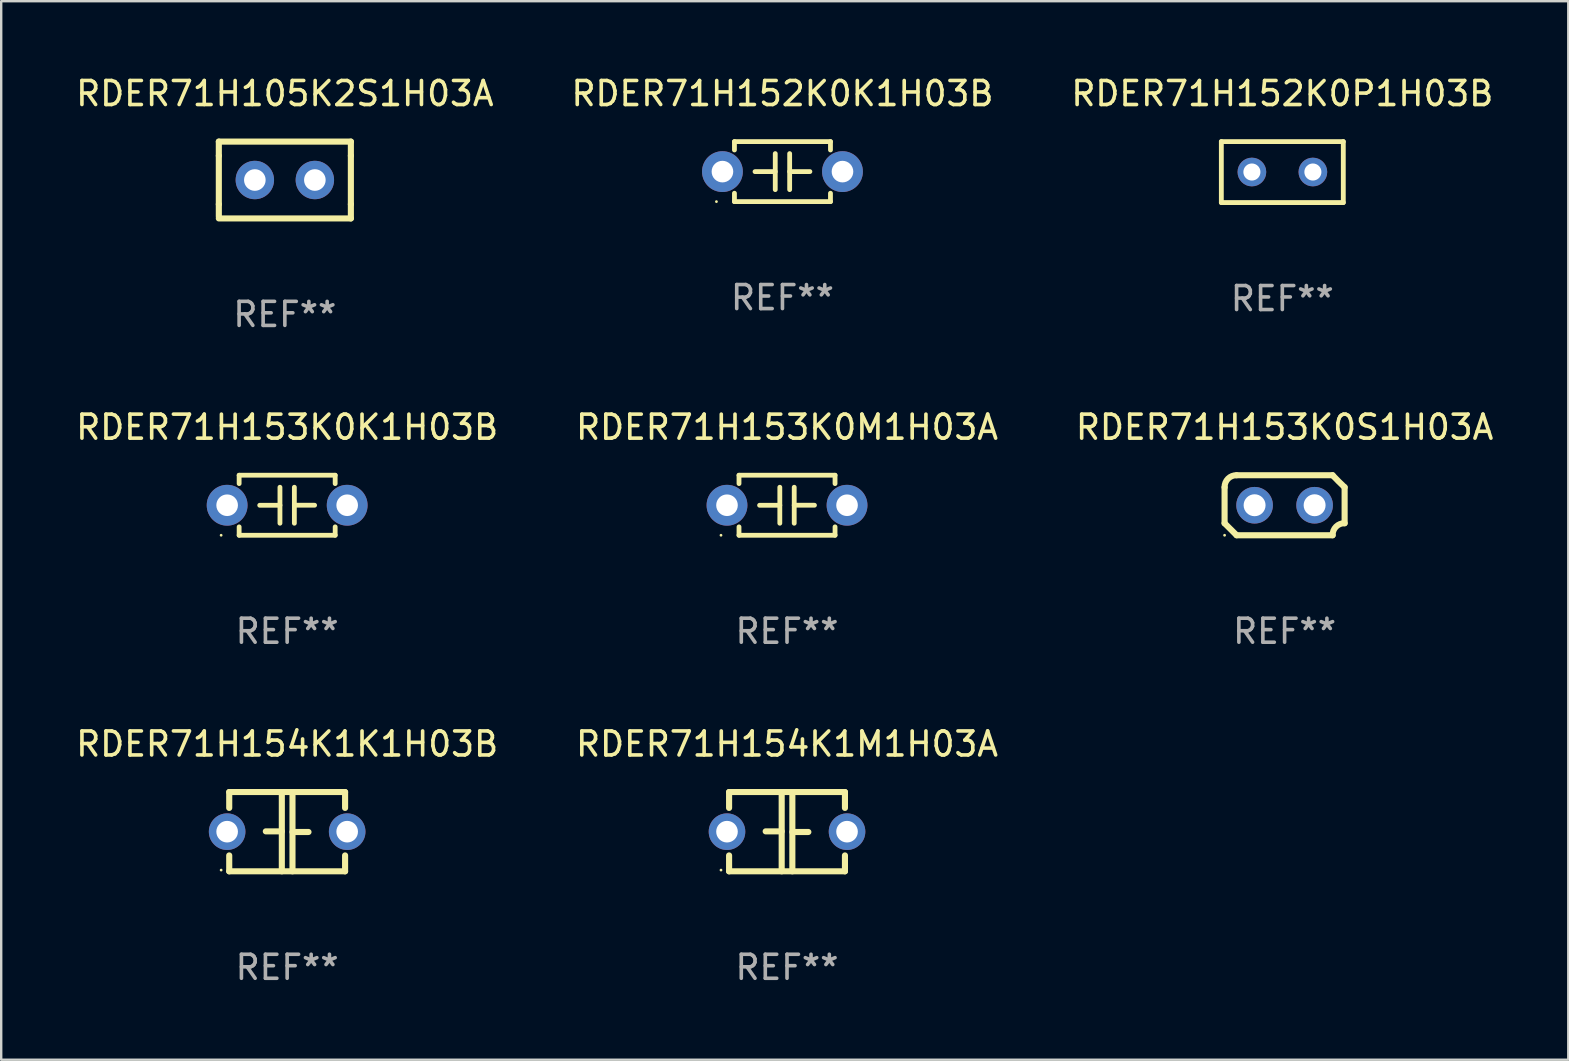
<source format=kicad_pcb>
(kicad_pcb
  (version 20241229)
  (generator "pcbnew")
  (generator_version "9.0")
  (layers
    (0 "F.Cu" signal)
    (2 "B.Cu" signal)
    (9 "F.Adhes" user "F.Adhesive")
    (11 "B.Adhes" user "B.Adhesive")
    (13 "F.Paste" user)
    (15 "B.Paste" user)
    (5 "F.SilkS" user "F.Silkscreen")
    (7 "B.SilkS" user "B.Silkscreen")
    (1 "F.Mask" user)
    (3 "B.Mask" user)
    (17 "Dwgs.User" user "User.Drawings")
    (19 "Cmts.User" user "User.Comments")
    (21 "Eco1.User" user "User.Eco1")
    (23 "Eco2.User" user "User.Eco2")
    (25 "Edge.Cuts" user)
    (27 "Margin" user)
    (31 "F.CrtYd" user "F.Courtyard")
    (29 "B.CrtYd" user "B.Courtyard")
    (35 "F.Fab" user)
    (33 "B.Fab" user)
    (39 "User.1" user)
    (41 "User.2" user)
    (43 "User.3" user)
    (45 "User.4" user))
  (footprint "RDER71H153K0K1H03B"
    (layer "F.Cu")
    (at 8.911 17.995)
    (property "Reference" "RDER71H153K0K1H03B" (at 0 -3.25 0) (layer "F.SilkS") (effects (font (size 1 1) (thickness 0.15))))
    (attr through_hole)
    (fp_line (start -2 -1.25) (end -2 -0.901) (stroke (width 0.2) (type solid)) (layer "F.SilkS"))
    (fp_line (start -2 -1.25) (end 2 -1.25) (stroke (width 0.2) (type solid)) (layer "F.SilkS"))
    (fp_line (start -2 0.901) (end -2 1.25) (stroke (width 0.2) (type solid)) (layer "F.SilkS"))
    (fp_line (start -0.3 -0.75) (end -0.3 0.75) (stroke (width 0.2) (type solid)) (layer "F.SilkS"))
    (fp_line (start -0.3 0.001) (end -1.143 0.001) (stroke (width 0.2) (type solid)) (layer "F.SilkS"))
    (fp_line (start 0.3 -0.001) (end 1.143 -0.001) (stroke (width 0.2) (type solid)) (layer "F.SilkS"))
    (fp_line (start 0.3 0.75) (end 0.3 -0.75) (stroke (width 0.2) (type solid)) (layer "F.SilkS"))
    (fp_line (start 2 -1.25) (end 2 -0.901) (stroke (width 0.2) (type solid)) (layer "F.SilkS"))
    (fp_line (start 2 0.901) (end 2 1.25) (stroke (width 0.2) (type solid)) (layer "F.SilkS"))
    (fp_line (start 2 1.25) (end -2 1.25) (stroke (width 0.2) (type solid)) (layer "F.SilkS"))
    (fp_circle (center -2.75 1.25) (end -2.72 1.25) (stroke (width 0.06) (type solid)) (fill no) (layer "F.SilkS"))
    (fp_text user "REF**" (at 0 5.25 0) (layer "F.Fab") (effects (font (size 1 1) (thickness 0.15))))
    (pad "1" thru_hole circle (at -2.5 0) (size 1.7 1.7) (drill 0.9) (layers "*.Cu" "*.Mask"))
    (pad "2" thru_hole circle (at 2.5 0) (size 1.7 1.7) (drill 0.9) (layers "*.Cu" "*.Mask")))
  (footprint "RDER71H153K0M1H03A"
    (layer "F.Cu")
    (at 29.732 17.995)
    (property "Reference" "RDER71H153K0M1H03A" (at 0 -3.25 0) (layer "F.SilkS") (effects (font (size 1 1) (thickness 0.15))))
    (attr through_hole)
    (fp_line (start -2 -1.25) (end -2 -0.901) (stroke (width 0.2) (type solid)) (layer "F.SilkS"))
    (fp_line (start -2 -1.25) (end 2 -1.25) (stroke (width 0.2) (type solid)) (layer "F.SilkS"))
    (fp_line (start -2 0.901) (end -2 1.25) (stroke (width 0.2) (type solid)) (layer "F.SilkS"))
    (fp_line (start -0.3 -0.75) (end -0.3 0.75) (stroke (width 0.2) (type solid)) (layer "F.SilkS"))
    (fp_line (start -0.3 0.001) (end -1.143 0.001) (stroke (width 0.2) (type solid)) (layer "F.SilkS"))
    (fp_line (start 0.3 -0.001) (end 1.143 -0.001) (stroke (width 0.2) (type solid)) (layer "F.SilkS"))
    (fp_line (start 0.3 0.75) (end 0.3 -0.75) (stroke (width 0.2) (type solid)) (layer "F.SilkS"))
    (fp_line (start 2 -1.25) (end 2 -0.901) (stroke (width 0.2) (type solid)) (layer "F.SilkS"))
    (fp_line (start 2 0.901) (end 2 1.25) (stroke (width 0.2) (type solid)) (layer "F.SilkS"))
    (fp_line (start 2 1.25) (end -2 1.25) (stroke (width 0.2) (type solid)) (layer "F.SilkS"))
    (fp_circle (center -2.75 1.25) (end -2.72 1.25) (stroke (width 0.06) (type solid)) (fill no) (layer "F.SilkS"))
    (fp_text user "REF**" (at 0 5.25 0) (layer "F.Fab") (effects (font (size 1 1) (thickness 0.15))))
    (pad "1" thru_hole circle (at -2.5 0) (size 1.7 1.7) (drill 0.9) (layers "*.Cu" "*.Mask"))
    (pad "2" thru_hole circle (at 2.5 0) (size 1.7 1.7) (drill 0.9) (layers "*.Cu" "*.Mask")))
  (footprint "RDER71H105K2S1H03A"
    (layer "F.Cu")
    (at 8.815 4.448)
    (property "Reference" "RDER71H105K2S1H03A" (at 0 -3.6 0) (layer "F.SilkS") (effects (font (size 1 1) (thickness 0.15))))
    (attr through_hole)
    (fp_line (start -2.75 -1.6) (end -2.75 -1.01) (stroke (width 0.254) (type solid)) (layer "F.SilkS"))
    (fp_line (start -2.75 -1.6) (end 2.75 -1.6) (stroke (width 0.254) (type solid)) (layer "F.SilkS"))
    (fp_line (start -2.75 -1.01) (end -2.75 1.01) (stroke (width 0.254) (type solid)) (layer "F.SilkS"))
    (fp_line (start -2.75 1.01) (end -2.75 1.524) (stroke (width 0.254) (type solid)) (layer "F.SilkS"))
    (fp_line (start -2.75 1.6) (end 2.75 1.6) (stroke (width 0.254) (type solid)) (layer "F.SilkS"))
    (fp_line (start 2.75 -1.6) (end 2.75 -1.01) (stroke (width 0.254) (type solid)) (layer "F.SilkS"))
    (fp_line (start 2.75 -1.01) (end 2.75 1.01) (stroke (width 0.254) (type solid)) (layer "F.SilkS"))
    (fp_line (start 2.75 1.01) (end 2.75 1.6) (stroke (width 0.254) (type solid)) (layer "F.SilkS"))
    (fp_circle (center -2.75 1.6) (end -2.72 1.6) (stroke (width 0.06) (type solid)) (fill no) (layer "F.SilkS"))
    (fp_text user "REF**" (at 0 5.6 0) (layer "F.Fab") (effects (font (size 1 1) (thickness 0.15))))
    (pad "1" thru_hole circle (at -1.25 0) (size 1.6 1.6) (drill 0.9) (layers "*.Cu" "*.Mask"))
    (pad "2" thru_hole circle (at 1.25 0) (size 1.6 1.6) (drill 0.9) (layers "*.Cu" "*.Mask")))
  (footprint "RDER71H152K0P1H03B"
    (layer "F.Cu")
    (at 50.363 4.118)
    (property "Reference" "RDER71H152K0P1H03B" (at 0 -3.27 0) (layer "F.SilkS") (effects (font (size 1 1) (thickness 0.15))))
    (attr through_hole)
    (fp_line (start -2.54 -1.27) (end -2.54 1.27) (stroke (width 0.201) (type solid)) (layer "F.SilkS"))
    (fp_line (start -2.54 1.27) (end 2.54 1.27) (stroke (width 0.201) (type solid)) (layer "F.SilkS"))
    (fp_line (start 2.54 -1.27) (end -2.54 -1.27) (stroke (width 0.201) (type solid)) (layer "F.SilkS"))
    (fp_line (start 2.54 1.27) (end 2.54 -1.27) (stroke (width 0.201) (type solid)) (layer "F.SilkS"))
    (fp_circle (center -2.497 1.247) (end -2.467 1.247) (stroke (width 0.06) (type solid)) (fill no) (layer "F.SilkS"))
    (fp_text user "REF**" (at 0 5.27 0) (layer "F.Fab") (effects (font (size 1 1) (thickness 0.15))))
    (pad "1" thru_hole circle (at -1.267 -0.003) (size 1.194 1.194) (drill 0.711) (layers "*.Cu" "*.Mask"))
    (pad "2" thru_hole circle (at 1.273 -0.003) (size 1.194 1.194) (drill 0.711) (layers "*.Cu" "*.Mask")))
  (footprint "RDER71H154K1M1H03A"
    (layer "F.Cu")
    (at 29.732 31.592)
    (property "Reference" "RDER71H154K1M1H03A" (at 0 -3.651 0) (layer "F.SilkS") (effects (font (size 1 1) (thickness 0.15))))
    (attr through_hole)
    (fp_line (start -2.413 -1.651) (end 2.413 -1.651) (stroke (width 0.254) (type solid)) (layer "F.SilkS"))
    (fp_line (start -2.413 -0.989) (end -2.413 -1.651) (stroke (width 0.254) (type solid)) (layer "F.SilkS"))
    (fp_line (start -2.413 1.651) (end -2.413 0.989) (stroke (width 0.254) (type solid)) (layer "F.SilkS"))
    (fp_line (start -0.222 -0.013) (end -0.889 -0.013) (stroke (width 0.254) (type solid)) (layer "F.SilkS"))
    (fp_line (start -0.222 1.651) (end -0.222 -1.651) (stroke (width 0.254) (type solid)) (layer "F.SilkS"))
    (fp_line (start 0.222 -1.651) (end 0.222 1.651) (stroke (width 0.254) (type solid)) (layer "F.SilkS"))
    (fp_line (start 0.222 0.013) (end 0.889 0.013) (stroke (width 0.254) (type solid)) (layer "F.SilkS"))
    (fp_line (start 2.413 -1.651) (end 2.413 -0.989) (stroke (width 0.254) (type solid)) (layer "F.SilkS"))
    (fp_line (start 2.413 0.989) (end 2.413 1.651) (stroke (width 0.254) (type solid)) (layer "F.SilkS"))
    (fp_line (start 2.413 1.651) (end -2.413 1.651) (stroke (width 0.254) (type solid)) (layer "F.SilkS"))
    (fp_circle (center -2.75 1.6) (end -2.72 1.6) (stroke (width 0.06) (type solid)) (fill no) (layer "F.SilkS"))
    (fp_text user "REF**" (at 0 5.651 0) (layer "F.Fab") (effects (font (size 1 1) (thickness 0.15))))
    (pad "1" thru_hole circle (at -2.5 0) (size 1.524 1.524) (drill 0.9) (layers "*.Cu" "*.Mask"))
    (pad "2" thru_hole circle (at 2.5 0) (size 1.524 1.524) (drill 0.9) (layers "*.Cu" "*.Mask")))
  (footprint "RDER71H154K1K1H03B"
    (layer "F.Cu")
    (at 8.911 31.592)
    (property "Reference" "RDER71H154K1K1H03B" (at 0 -3.651 0) (layer "F.SilkS") (effects (font (size 1 1) (thickness 0.15))))
    (attr through_hole)
    (fp_line (start -2.413 -1.651) (end 2.413 -1.651) (stroke (width 0.254) (type solid)) (layer "F.SilkS"))
    (fp_line (start -2.413 -0.989) (end -2.413 -1.651) (stroke (width 0.254) (type solid)) (layer "F.SilkS"))
    (fp_line (start -2.413 1.651) (end -2.413 0.989) (stroke (width 0.254) (type solid)) (layer "F.SilkS"))
    (fp_line (start -0.222 -0.013) (end -0.889 -0.013) (stroke (width 0.254) (type solid)) (layer "F.SilkS"))
    (fp_line (start -0.222 1.651) (end -0.222 -1.651) (stroke (width 0.254) (type solid)) (layer "F.SilkS"))
    (fp_line (start 0.222 -1.651) (end 0.222 1.651) (stroke (width 0.254) (type solid)) (layer "F.SilkS"))
    (fp_line (start 0.222 0.013) (end 0.889 0.013) (stroke (width 0.254) (type solid)) (layer "F.SilkS"))
    (fp_line (start 2.413 -1.651) (end 2.413 -0.989) (stroke (width 0.254) (type solid)) (layer "F.SilkS"))
    (fp_line (start 2.413 0.989) (end 2.413 1.651) (stroke (width 0.254) (type solid)) (layer "F.SilkS"))
    (fp_line (start 2.413 1.651) (end -2.413 1.651) (stroke (width 0.254) (type solid)) (layer "F.SilkS"))
    (fp_circle (center -2.75 1.6) (end -2.72 1.6) (stroke (width 0.06) (type solid)) (fill no) (layer "F.SilkS"))
    (fp_text user "REF**" (at 0 5.651 0) (layer "F.Fab") (effects (font (size 1 1) (thickness 0.15))))
    (pad "1" thru_hole circle (at -2.5 0) (size 1.524 1.524) (drill 0.9) (layers "*.Cu" "*.Mask"))
    (pad "2" thru_hole circle (at 2.5 0) (size 1.524 1.524) (drill 0.9) (layers "*.Cu" "*.Mask")))
  (footprint "RDER71H152K0K1H03B"
    (layer "F.Cu")
    (at 29.542 4.098)
    (property "Reference" "RDER71H152K0K1H03B" (at 0 -3.25 0) (layer "F.SilkS") (effects (font (size 1 1) (thickness 0.15))))
    (attr through_hole)
    (fp_line (start -2 -1.25) (end -2 -0.901) (stroke (width 0.2) (type solid)) (layer "F.SilkS"))
    (fp_line (start -2 -1.25) (end 2 -1.25) (stroke (width 0.2) (type solid)) (layer "F.SilkS"))
    (fp_line (start -2 0.901) (end -2 1.25) (stroke (width 0.2) (type solid)) (layer "F.SilkS"))
    (fp_line (start -0.3 -0.75) (end -0.3 0.75) (stroke (width 0.2) (type solid)) (layer "F.SilkS"))
    (fp_line (start -0.3 0.001) (end -1.143 0.001) (stroke (width 0.2) (type solid)) (layer "F.SilkS"))
    (fp_line (start 0.3 -0.001) (end 1.143 -0.001) (stroke (width 0.2) (type solid)) (layer "F.SilkS"))
    (fp_line (start 0.3 0.75) (end 0.3 -0.75) (stroke (width 0.2) (type solid)) (layer "F.SilkS"))
    (fp_line (start 2 -1.25) (end 2 -0.901) (stroke (width 0.2) (type solid)) (layer "F.SilkS"))
    (fp_line (start 2 0.901) (end 2 1.25) (stroke (width 0.2) (type solid)) (layer "F.SilkS"))
    (fp_line (start 2 1.25) (end -2 1.25) (stroke (width 0.2) (type solid)) (layer "F.SilkS"))
    (fp_circle (center -2.75 1.25) (end -2.72 1.25) (stroke (width 0.06) (type solid)) (fill no) (layer "F.SilkS"))
    (fp_text user "REF**" (at 0 5.25 0) (layer "F.Fab") (effects (font (size 1 1) (thickness 0.15))))
    (pad "1" thru_hole circle (at -2.5 0) (size 1.7 1.7) (drill 0.9) (layers "*.Cu" "*.Mask"))
    (pad "2" thru_hole circle (at 2.5 0) (size 1.7 1.7) (drill 0.9) (layers "*.Cu" "*.Mask")))
  (footprint "RDER71H153K0S1H03A"
    (layer "F.Cu")
    (at 50.458 17.995)
    (property "Reference" "RDER71H153K0S1H03A" (at 0 -3.25 0) (layer "F.SilkS") (effects (font (size 1 1) (thickness 0.15))))
    (attr through_hole)
    (fp_line (start -2.5 -0.75) (end -2.5 0.75) (stroke (width 0.254) (type solid)) (layer "F.SilkS"))
    (fp_line (start -2 -1.25) (end 2 -1.25) (stroke (width 0.254) (type solid)) (layer "F.SilkS"))
    (fp_line (start 2 1.25) (end -2 1.25) (stroke (width 0.254) (type solid)) (layer "F.SilkS"))
    (fp_line (start 2.5 0.75) (end 2.5 -0.75) (stroke (width 0.254) (type solid)) (layer "F.SilkS"))
    (fp_arc (start -2.5 0.749962) (mid -2.249559 0.999558) (end -1.99929 1.249325) (stroke (width 0.254001) (type solid)) (layer "F.SilkS"))
    (fp_arc (start -2.499366 -0.749302) (mid -2.356411 -1.106098) (end -2 -1.250013) (stroke (width 0.254001) (type solid)) (layer "F.SilkS"))
    (fp_arc (start 2 1.250013) (mid 2.142747 0.89301) (end 2.499364 0.749302) (stroke (width 0.254001) (type solid)) (layer "F.SilkS"))
    (fp_arc (start 2.5 -0.749962) (mid 2.245609 -0.995598) (end 1.999289 -1.249327) (stroke (width 0.254001) (type solid)) (layer "F.SilkS"))
    (fp_circle (center -2.5 1.25) (end -2.47 1.25) (stroke (width 0.06) (type solid)) (fill no) (layer "F.SilkS"))
    (fp_text user "REF**" (at 0 5.25 0) (layer "F.Fab") (effects (font (size 1 1) (thickness 0.15))))
    (pad "1" thru_hole circle (at -1.25 0) (size 1.524 1.524) (drill 0.914) (layers "*.Cu" "*.Mask"))
    (pad "2" thru_hole circle (at 1.25 0) (size 1.524 1.524) (drill 0.914) (layers "*.Cu" "*.Mask")))
  (gr_rect
    (start -3 -3)
    (end 62.274 41.092)
    (stroke (width 0.1) (type default))
    (fill no)
    (layer "Edge.Cuts")))
</source>
